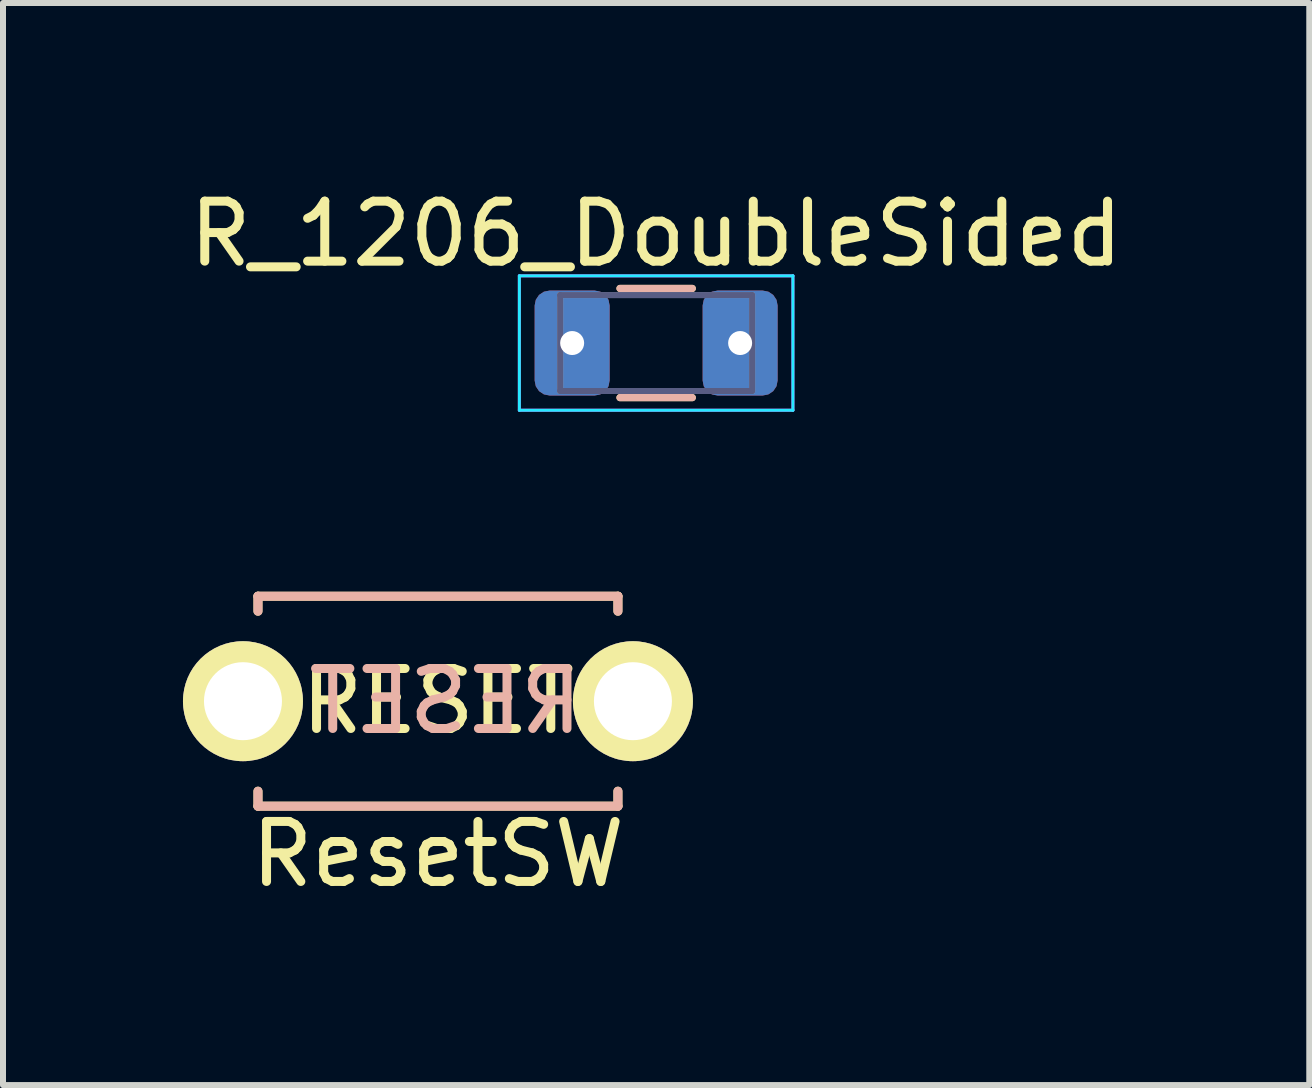
<source format=kicad_pcb>
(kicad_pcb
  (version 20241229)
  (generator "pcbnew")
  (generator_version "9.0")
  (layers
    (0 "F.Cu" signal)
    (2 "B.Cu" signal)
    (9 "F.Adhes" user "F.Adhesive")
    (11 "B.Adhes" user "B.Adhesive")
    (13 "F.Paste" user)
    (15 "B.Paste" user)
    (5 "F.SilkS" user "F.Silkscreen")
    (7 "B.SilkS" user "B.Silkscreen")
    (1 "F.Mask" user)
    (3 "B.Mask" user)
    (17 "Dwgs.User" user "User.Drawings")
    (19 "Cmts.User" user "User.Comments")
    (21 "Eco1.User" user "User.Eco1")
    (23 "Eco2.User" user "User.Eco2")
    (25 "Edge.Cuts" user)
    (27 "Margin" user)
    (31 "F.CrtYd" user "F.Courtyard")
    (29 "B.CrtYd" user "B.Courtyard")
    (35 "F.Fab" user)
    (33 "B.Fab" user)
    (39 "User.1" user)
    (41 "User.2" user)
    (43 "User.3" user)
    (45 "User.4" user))
  (footprint "R_1206_DoubleSided"
    (layer "F.Cu")
    (at 7.887 2.668)
    (property "Reference" "R_1206_DoubleSided" (at 0 -1.82 0) (layer "F.SilkS") (effects (font (size 1 1) (thickness 0.15))))
    (attr smd)
    (fp_line (start -0.602 -0.91) (end 0.602 -0.91) (stroke (width 0.12) (type solid)) (layer "F.SilkS"))
    (fp_line (start -0.602 0.91) (end 0.602 0.91) (stroke (width 0.12) (type solid)) (layer "F.SilkS"))
    (fp_line (start 0.602 -0.91) (end -0.602 -0.91) (stroke (width 0.12) (type solid)) (layer "B.SilkS"))
    (fp_line (start 0.602 0.91) (end -0.602 0.91) (stroke (width 0.12) (type solid)) (layer "B.SilkS"))
    (fp_line (start -2.28 -1.12) (end -2.28 1.12) (stroke (width 0.05) (type solid)) (layer "B.CrtYd"))
    (fp_line (start -2.28 1.12) (end 2.28 1.12) (stroke (width 0.05) (type solid)) (layer "B.CrtYd"))
    (fp_line (start 2.28 -1.12) (end -2.28 -1.12) (stroke (width 0.05) (type solid)) (layer "B.CrtYd"))
    (fp_line (start 2.28 1.12) (end 2.28 -1.12) (stroke (width 0.05) (type solid)) (layer "B.CrtYd"))
    (fp_line (start -2.28 -1.12) (end 2.28 -1.12) (stroke (width 0.05) (type solid)) (layer "F.CrtYd"))
    (fp_line (start -2.28 1.12) (end -2.28 -1.12) (stroke (width 0.05) (type solid)) (layer "F.CrtYd"))
    (fp_line (start 2.28 -1.12) (end 2.28 1.12) (stroke (width 0.05) (type solid)) (layer "F.CrtYd"))
    (fp_line (start 2.28 1.12) (end -2.28 1.12) (stroke (width 0.05) (type solid)) (layer "F.CrtYd"))
    (fp_line (start -1.6 -0.8) (end -1.6 0.8) (stroke (width 0.1) (type solid)) (layer "B.Fab"))
    (fp_line (start -1.6 0.8) (end 1.6 0.8) (stroke (width 0.1) (type solid)) (layer "B.Fab"))
    (fp_line (start 1.6 -0.8) (end -1.6 -0.8) (stroke (width 0.1) (type solid)) (layer "B.Fab"))
    (fp_line (start 1.6 0.8) (end 1.6 -0.8) (stroke (width 0.1) (type solid)) (layer "B.Fab"))
    (fp_line (start -1.6 -0.8) (end 1.6 -0.8) (stroke (width 0.1) (type solid)) (layer "F.Fab"))
    (fp_line (start -1.6 0.8) (end -1.6 -0.8) (stroke (width 0.1) (type solid)) (layer "F.Fab"))
    (fp_line (start 1.6 -0.8) (end 1.6 0.8) (stroke (width 0.1) (type solid)) (layer "F.Fab"))
    (fp_line (start 1.6 0.8) (end -1.6 0.8) (stroke (width 0.1) (type solid)) (layer "F.Fab"))
    (pad "1" thru_hole roundrect (at -1.4 0) (size 1.25 1.75) (drill 0.4) (layers "*.Cu" "*.Mask") (roundrect_rratio 0.2))
    (pad "2" thru_hole roundrect (at 1.4 0) (size 1.25 1.75) (drill 0.4) (layers "*.Cu" "*.Mask") (roundrect_rratio 0.2)))
  (footprint "ResetSW"
    (layer "F.Cu")
    (at 4.25 8.638)
    (property "Reference" "ResetSW" (at 0 2.55 0) (layer "F.SilkS") (effects (font (size 1 1) (thickness 0.15))))
    (attr through_hole)
    (fp_line (start -3 -1.75) (end -3 -1.5) (stroke (width 0.15) (type solid)) (layer "F.SilkS"))
    (fp_line (start -3 -1.75) (end 3 -1.75) (stroke (width 0.15) (type solid)) (layer "F.SilkS"))
    (fp_line (start -3 1.75) (end -3 1.5) (stroke (width 0.15) (type solid)) (layer "F.SilkS"))
    (fp_line (start -3 1.75) (end 3 1.75) (stroke (width 0.15) (type solid)) (layer "F.SilkS"))
    (fp_line (start 3 -1.75) (end 3 -1.5) (stroke (width 0.15) (type solid)) (layer "F.SilkS"))
    (fp_line (start 3 1.75) (end 3 1.5) (stroke (width 0.15) (type solid)) (layer "F.SilkS"))
    (fp_line (start -3 -1.75) (end 3 -1.75) (stroke (width 0.15) (type solid)) (layer "B.SilkS"))
    (fp_line (start -3 -1.5) (end -3 -1.75) (stroke (width 0.15) (type solid)) (layer "B.SilkS"))
    (fp_line (start -3 1.75) (end -3 1.5) (stroke (width 0.15) (type solid)) (layer "B.SilkS"))
    (fp_line (start 3 -1.75) (end 3 -1.5) (stroke (width 0.15) (type solid)) (layer "B.SilkS"))
    (fp_line (start 3 1.5) (end 3 1.75) (stroke (width 0.15) (type solid)) (layer "B.SilkS"))
    (fp_line (start 3 1.75) (end -3 1.75) (stroke (width 0.15) (type solid)) (layer "B.SilkS"))
    (fp_text user "RESET" (at 0 0 0) (layer "F.SilkS") (effects (font (size 1 1) (thickness 0.15))))
    (fp_text user "RESET" (at 0.127 0 0) (layer "B.SilkS") (effects (font (size 1 1) (thickness 0.15)) (justify mirror)))
    (pad "1" thru_hole circle (at 3.25 0) (size 2 2) (drill 1.3) (layers "*.Cu" "*.Mask" "F.SilkS"))
    (pad "2" thru_hole circle (at -3.25 0) (size 2 2) (drill 1.3) (layers "*.Cu" "*.Mask" "F.SilkS")))
  (gr_rect
    (start -3 -3)
    (end 18.774 15.037)
    (stroke (width 0.1) (type default))
    (fill no)
    (layer "Edge.Cuts")))
</source>
